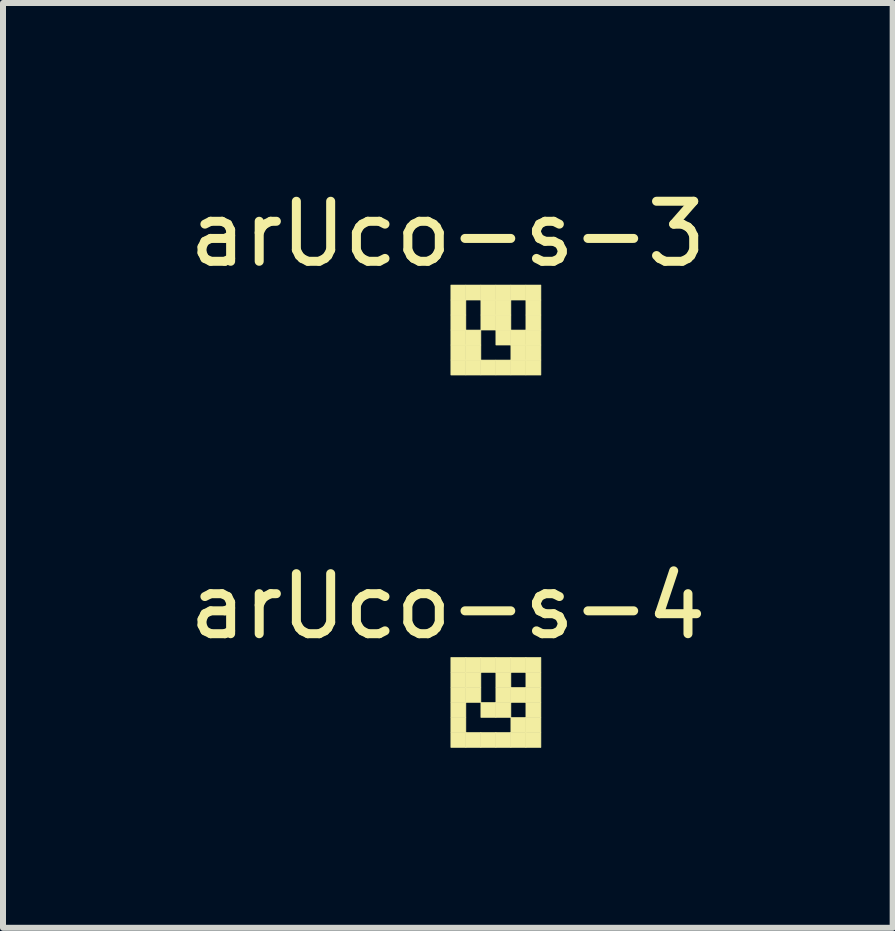
<source format=kicad_pcb>
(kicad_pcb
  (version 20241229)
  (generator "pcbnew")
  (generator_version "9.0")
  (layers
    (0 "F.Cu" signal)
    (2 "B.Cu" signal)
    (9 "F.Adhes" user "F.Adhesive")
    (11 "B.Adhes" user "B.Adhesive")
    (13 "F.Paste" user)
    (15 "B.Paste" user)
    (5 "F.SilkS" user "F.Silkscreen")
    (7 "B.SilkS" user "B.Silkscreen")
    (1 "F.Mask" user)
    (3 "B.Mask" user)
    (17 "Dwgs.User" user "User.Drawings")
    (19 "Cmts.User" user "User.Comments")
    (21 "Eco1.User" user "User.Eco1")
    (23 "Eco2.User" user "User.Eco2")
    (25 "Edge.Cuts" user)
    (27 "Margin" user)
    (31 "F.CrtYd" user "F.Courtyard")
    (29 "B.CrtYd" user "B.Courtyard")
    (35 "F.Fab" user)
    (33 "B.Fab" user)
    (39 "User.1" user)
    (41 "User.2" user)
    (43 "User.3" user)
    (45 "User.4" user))
  (footprint "arUco-s-4"
    (layer "F.Cu")
    (at 4.461 7.902)
    (property "Reference" "arUco-s-4" (at -0.05 -0.85 0) (unlocked yes) (layer "F.SilkS") (effects (font (size 1 1) (thickness 0.15))))
    (attr through_hole)
    (fp_poly (pts (xy 0 0) (xy 0.25 0) (xy 0.25 0.25) (xy 0 0.25)) (stroke (width 0.01) (type solid)) (fill yes) (layer "F.SilkS"))
    (fp_poly (pts (xy 0 0.25) (xy 0.25 0.25) (xy 0.25 0.5) (xy 0 0.5)) (stroke (width 0.01) (type solid)) (fill yes) (layer "F.SilkS"))
    (fp_poly (pts (xy 0 0.5) (xy 0.25 0.5) (xy 0.25 0.75) (xy 0 0.75)) (stroke (width 0.01) (type solid)) (fill yes) (layer "F.SilkS"))
    (fp_poly (pts (xy 0 0.75) (xy 0.25 0.75) (xy 0.25 1) (xy 0 1)) (stroke (width 0.01) (type solid)) (fill yes) (layer "F.SilkS"))
    (fp_poly (pts (xy 0 1) (xy 0.25 1) (xy 0.25 1.25) (xy 0 1.25)) (stroke (width 0.01) (type solid)) (fill yes) (layer "F.SilkS"))
    (fp_poly (pts (xy 0 1.25) (xy 0.25 1.25) (xy 0.25 1.5) (xy 0 1.5)) (stroke (width 0.01) (type solid)) (fill yes) (layer "F.SilkS"))
    (fp_poly (pts (xy 0.25 0) (xy 0.5 0) (xy 0.5 0.25) (xy 0.25 0.25)) (stroke (width 0.01) (type solid)) (fill yes) (layer "F.SilkS"))
    (fp_poly (pts (xy 0.25 0.25) (xy 0.5 0.25) (xy 0.5 0.5) (xy 0.25 0.5)) (stroke (width 0.01) (type solid)) (fill yes) (layer "F.SilkS"))
    (fp_poly (pts (xy 0.25 0.5) (xy 0.5 0.5) (xy 0.5 0.75) (xy 0.25 0.75)) (stroke (width 0.01) (type solid)) (fill yes) (layer "F.SilkS"))
    (fp_poly (pts (xy 0.25 1.25) (xy 0.5 1.25) (xy 0.5 1.5) (xy 0.25 1.5)) (stroke (width 0.01) (type solid)) (fill yes) (layer "F.SilkS"))
    (fp_poly (pts (xy 0.5 0) (xy 0.75 0) (xy 0.75 0.25) (xy 0.5 0.25)) (stroke (width 0.01) (type solid)) (fill yes) (layer "F.SilkS"))
    (fp_poly (pts (xy 0.5 0.75) (xy 0.75 0.75) (xy 0.75 1) (xy 0.5 1)) (stroke (width 0.01) (type solid)) (fill yes) (layer "F.SilkS"))
    (fp_poly (pts (xy 0.5 1.25) (xy 0.75 1.25) (xy 0.75 1.5) (xy 0.5 1.5)) (stroke (width 0.01) (type solid)) (fill yes) (layer "F.SilkS"))
    (fp_poly (pts (xy 0.75 0) (xy 1 0) (xy 1 0.25) (xy 0.75 0.25)) (stroke (width 0.01) (type solid)) (fill yes) (layer "F.SilkS"))
    (fp_poly (pts (xy 0.75 0.25) (xy 1 0.25) (xy 1 0.5) (xy 0.75 0.5)) (stroke (width 0.01) (type solid)) (fill yes) (layer "F.SilkS"))
    (fp_poly (pts (xy 0.75 0.5) (xy 1 0.5) (xy 1 0.75) (xy 0.75 0.75)) (stroke (width 0.01) (type solid)) (fill yes) (layer "F.SilkS"))
    (fp_poly (pts (xy 0.75 0.75) (xy 1 0.75) (xy 1 1) (xy 0.75 1)) (stroke (width 0.01) (type solid)) (fill yes) (layer "F.SilkS"))
    (fp_poly (pts (xy 0.75 1.25) (xy 1 1.25) (xy 1 1.5) (xy 0.75 1.5)) (stroke (width 0.01) (type solid)) (fill yes) (layer "F.SilkS"))
    (fp_poly (pts (xy 1 0) (xy 1.25 0) (xy 1.25 0.25) (xy 1 0.25)) (stroke (width 0.01) (type solid)) (fill yes) (layer "F.SilkS"))
    (fp_poly (pts (xy 1 0.5) (xy 1.25 0.5) (xy 1.25 0.75) (xy 1 0.75)) (stroke (width 0.01) (type solid)) (fill yes) (layer "F.SilkS"))
    (fp_poly (pts (xy 1 1) (xy 1.25 1) (xy 1.25 1.25) (xy 1 1.25)) (stroke (width 0.01) (type solid)) (fill yes) (layer "F.SilkS"))
    (fp_poly (pts (xy 1 1.25) (xy 1.25 1.25) (xy 1.25 1.5) (xy 1 1.5)) (stroke (width 0.01) (type solid)) (fill yes) (layer "F.SilkS"))
    (fp_poly (pts (xy 1.25 0) (xy 1.5 0) (xy 1.5 0.25) (xy 1.25 0.25)) (stroke (width 0.01) (type solid)) (fill yes) (layer "F.SilkS"))
    (fp_poly (pts (xy 1.25 0.25) (xy 1.5 0.25) (xy 1.5 0.5) (xy 1.25 0.5)) (stroke (width 0.01) (type solid)) (fill yes) (layer "F.SilkS"))
    (fp_poly (pts (xy 1.25 0.5) (xy 1.5 0.5) (xy 1.5 0.75) (xy 1.25 0.75)) (stroke (width 0.01) (type solid)) (fill yes) (layer "F.SilkS"))
    (fp_poly (pts (xy 1.25 0.75) (xy 1.5 0.75) (xy 1.5 1) (xy 1.25 1)) (stroke (width 0.01) (type solid)) (fill yes) (layer "F.SilkS"))
    (fp_poly (pts (xy 1.25 1) (xy 1.5 1) (xy 1.5 1.25) (xy 1.25 1.25)) (stroke (width 0.01) (type solid)) (fill yes) (layer "F.SilkS"))
    (fp_poly (pts (xy 1.25 1.25) (xy 1.5 1.25) (xy 1.5 1.5) (xy 1.25 1.5)) (stroke (width 0.01) (type solid)) (fill yes) (layer "F.SilkS")))
  (footprint "arUco-s-3"
    (layer "F.Cu")
    (at 4.461 1.698)
    (property "Reference" "arUco-s-3" (at -0.05 -0.85 0) (unlocked yes) (layer "F.SilkS") (effects (font (size 1 1) (thickness 0.15))))
    (attr through_hole)
    (fp_poly (pts (xy 0 0) (xy 0.25 0) (xy 0.25 0.25) (xy 0 0.25)) (stroke (width 0.01) (type solid)) (fill yes) (layer "F.SilkS"))
    (fp_poly (pts (xy 0 0.25) (xy 0.25 0.25) (xy 0.25 0.5) (xy 0 0.5)) (stroke (width 0.01) (type solid)) (fill yes) (layer "F.SilkS"))
    (fp_poly (pts (xy 0 0.5) (xy 0.25 0.5) (xy 0.25 0.75) (xy 0 0.75)) (stroke (width 0.01) (type solid)) (fill yes) (layer "F.SilkS"))
    (fp_poly (pts (xy 0 0.75) (xy 0.25 0.75) (xy 0.25 1) (xy 0 1)) (stroke (width 0.01) (type solid)) (fill yes) (layer "F.SilkS"))
    (fp_poly (pts (xy 0 1) (xy 0.25 1) (xy 0.25 1.25) (xy 0 1.25)) (stroke (width 0.01) (type solid)) (fill yes) (layer "F.SilkS"))
    (fp_poly (pts (xy 0 1.25) (xy 0.25 1.25) (xy 0.25 1.5) (xy 0 1.5)) (stroke (width 0.01) (type solid)) (fill yes) (layer "F.SilkS"))
    (fp_poly (pts (xy 0.25 0) (xy 0.5 0) (xy 0.5 0.25) (xy 0.25 0.25)) (stroke (width 0.01) (type solid)) (fill yes) (layer "F.SilkS"))
    (fp_poly (pts (xy 0.25 0.75) (xy 0.5 0.75) (xy 0.5 1) (xy 0.25 1)) (stroke (width 0.01) (type solid)) (fill yes) (layer "F.SilkS"))
    (fp_poly (pts (xy 0.25 1) (xy 0.5 1) (xy 0.5 1.25) (xy 0.25 1.25)) (stroke (width 0.01) (type solid)) (fill yes) (layer "F.SilkS"))
    (fp_poly (pts (xy 0.25 1.25) (xy 0.5 1.25) (xy 0.5 1.5) (xy 0.25 1.5)) (stroke (width 0.01) (type solid)) (fill yes) (layer "F.SilkS"))
    (fp_poly (pts (xy 0.5 0) (xy 0.75 0) (xy 0.75 0.25) (xy 0.5 0.25)) (stroke (width 0.01) (type solid)) (fill yes) (layer "F.SilkS"))
    (fp_poly (pts (xy 0.5 0.25) (xy 0.75 0.25) (xy 0.75 0.5) (xy 0.5 0.5)) (stroke (width 0.01) (type solid)) (fill yes) (layer "F.SilkS"))
    (fp_poly (pts (xy 0.5 0.5) (xy 0.75 0.5) (xy 0.75 0.75) (xy 0.5 0.75)) (stroke (width 0.01) (type solid)) (fill yes) (layer "F.SilkS"))
    (fp_poly (pts (xy 0.5 1.25) (xy 0.75 1.25) (xy 0.75 1.5) (xy 0.5 1.5)) (stroke (width 0.01) (type solid)) (fill yes) (layer "F.SilkS"))
    (fp_poly (pts (xy 0.75 0) (xy 1 0) (xy 1 0.25) (xy 0.75 0.25)) (stroke (width 0.01) (type solid)) (fill yes) (layer "F.SilkS"))
    (fp_poly (pts (xy 0.75 0.25) (xy 1 0.25) (xy 1 0.5) (xy 0.75 0.5)) (stroke (width 0.01) (type solid)) (fill yes) (layer "F.SilkS"))
    (fp_poly (pts (xy 0.75 0.5) (xy 1 0.5) (xy 1 0.75) (xy 0.75 0.75)) (stroke (width 0.01) (type solid)) (fill yes) (layer "F.SilkS"))
    (fp_poly (pts (xy 0.75 0.75) (xy 1 0.75) (xy 1 1) (xy 0.75 1)) (stroke (width 0.01) (type solid)) (fill yes) (layer "F.SilkS"))
    (fp_poly (pts (xy 0.75 1.25) (xy 1 1.25) (xy 1 1.5) (xy 0.75 1.5)) (stroke (width 0.01) (type solid)) (fill yes) (layer "F.SilkS"))
    (fp_poly (pts (xy 1 0) (xy 1.25 0) (xy 1.25 0.25) (xy 1 0.25)) (stroke (width 0.01) (type solid)) (fill yes) (layer "F.SilkS"))
    (fp_poly (pts (xy 1 0.75) (xy 1.25 0.75) (xy 1.25 1) (xy 1 1)) (stroke (width 0.01) (type solid)) (fill yes) (layer "F.SilkS"))
    (fp_poly (pts (xy 1 1) (xy 1.25 1) (xy 1.25 1.25) (xy 1 1.25)) (stroke (width 0.01) (type solid)) (fill yes) (layer "F.SilkS"))
    (fp_poly (pts (xy 1 1.25) (xy 1.25 1.25) (xy 1.25 1.5) (xy 1 1.5)) (stroke (width 0.01) (type solid)) (fill yes) (layer "F.SilkS"))
    (fp_poly (pts (xy 1.25 0) (xy 1.5 0) (xy 1.5 0.25) (xy 1.25 0.25)) (stroke (width 0.01) (type solid)) (fill yes) (layer "F.SilkS"))
    (fp_poly (pts (xy 1.25 0.25) (xy 1.5 0.25) (xy 1.5 0.5) (xy 1.25 0.5)) (stroke (width 0.01) (type solid)) (fill yes) (layer "F.SilkS"))
    (fp_poly (pts (xy 1.25 0.5) (xy 1.5 0.5) (xy 1.5 0.75) (xy 1.25 0.75)) (stroke (width 0.01) (type solid)) (fill yes) (layer "F.SilkS"))
    (fp_poly (pts (xy 1.25 0.75) (xy 1.5 0.75) (xy 1.5 1) (xy 1.25 1)) (stroke (width 0.01) (type solid)) (fill yes) (layer "F.SilkS"))
    (fp_poly (pts (xy 1.25 1) (xy 1.5 1) (xy 1.5 1.25) (xy 1.25 1.25)) (stroke (width 0.01) (type solid)) (fill yes) (layer "F.SilkS"))
    (fp_poly (pts (xy 1.25 1.25) (xy 1.5 1.25) (xy 1.5 1.5) (xy 1.25 1.5)) (stroke (width 0.01) (type solid)) (fill yes) (layer "F.SilkS")))
  (gr_rect
    (start -3 -3)
    (end 11.821 12.406)
    (stroke (width 0.1) (type default))
    (fill no)
    (layer "Edge.Cuts")))
</source>
